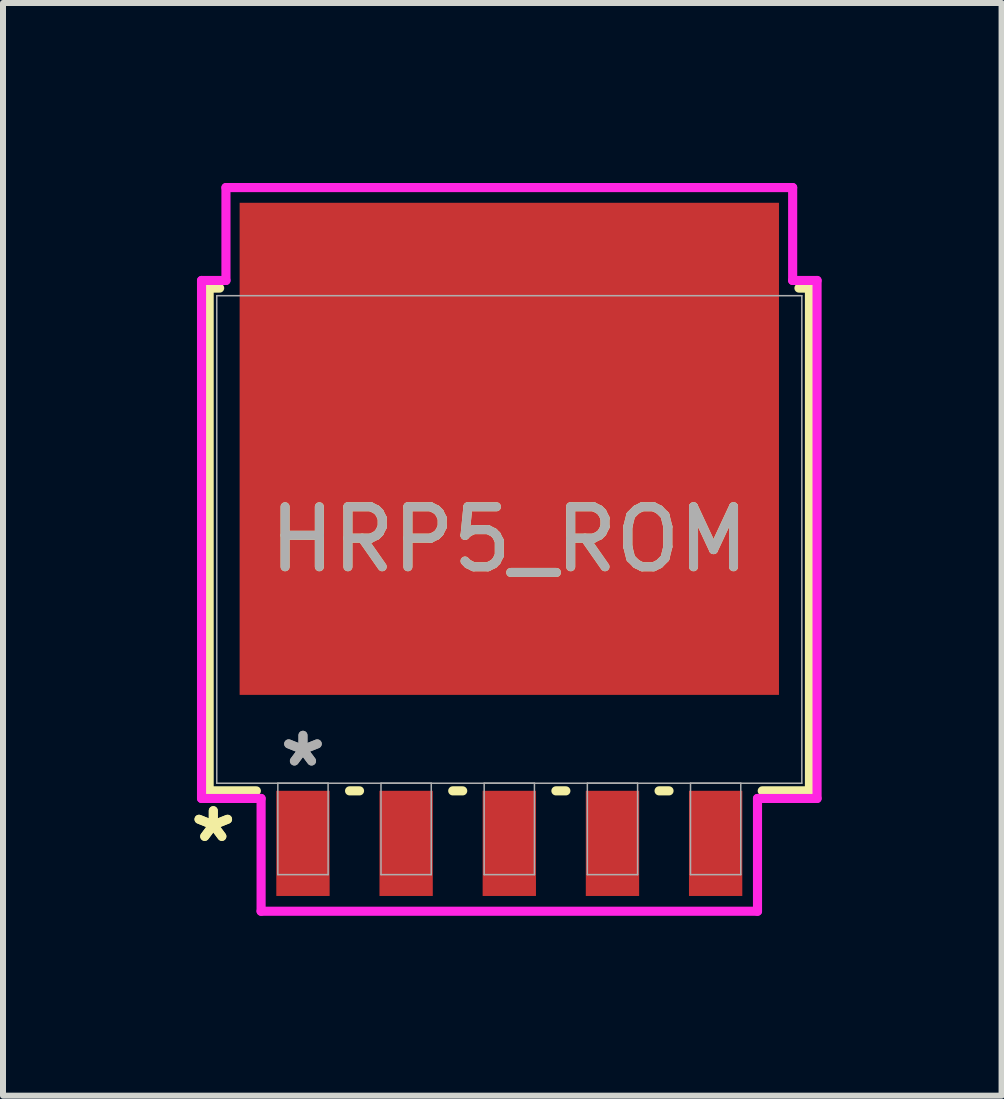
<source format=kicad_pcb>
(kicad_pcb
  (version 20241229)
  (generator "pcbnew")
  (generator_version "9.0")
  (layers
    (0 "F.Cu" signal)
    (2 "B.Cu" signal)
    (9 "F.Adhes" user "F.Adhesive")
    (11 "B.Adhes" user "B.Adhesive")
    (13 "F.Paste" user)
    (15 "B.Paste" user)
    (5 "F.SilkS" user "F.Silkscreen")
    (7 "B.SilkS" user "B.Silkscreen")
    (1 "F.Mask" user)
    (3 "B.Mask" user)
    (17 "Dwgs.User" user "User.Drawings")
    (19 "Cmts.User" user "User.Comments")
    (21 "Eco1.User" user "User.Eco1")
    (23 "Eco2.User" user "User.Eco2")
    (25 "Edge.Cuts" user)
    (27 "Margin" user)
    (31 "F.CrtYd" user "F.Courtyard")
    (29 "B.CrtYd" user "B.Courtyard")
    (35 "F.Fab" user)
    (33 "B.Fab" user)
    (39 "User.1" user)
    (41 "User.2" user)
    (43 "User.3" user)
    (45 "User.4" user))
  (footprint "HRP5_ROM"
    (layer "F.Cu")
    (at 5.441 5.944)
    (property "Reference" "HRP5_ROM" (at 0 0 0) (unlocked yes) (layer "F.SilkS") (effects (font (size 1 1) (thickness 0.15))))
    (attr smd)
    (fp_line (start -5.004 -4.191) (end -5.004 4.191) (stroke (width 0.152) (type solid)) (layer "F.SilkS"))
    (fp_line (start -5.004 4.191) (end -4.217 4.191) (stroke (width 0.152) (type solid)) (layer "F.SilkS"))
    (fp_line (start -4.829 -4.191) (end -5.004 -4.191) (stroke (width 0.152) (type solid)) (layer "F.SilkS"))
    (fp_line (start -2.663 4.191) (end -2.497 4.191) (stroke (width 0.152) (type solid)) (layer "F.SilkS"))
    (fp_line (start -0.943 4.191) (end -0.777 4.191) (stroke (width 0.152) (type solid)) (layer "F.SilkS"))
    (fp_line (start 0.777 4.191) (end 0.943 4.191) (stroke (width 0.152) (type solid)) (layer "F.SilkS"))
    (fp_line (start 2.497 4.191) (end 2.663 4.191) (stroke (width 0.152) (type solid)) (layer "F.SilkS"))
    (fp_line (start 4.217 4.191) (end 5.004 4.191) (stroke (width 0.152) (type solid)) (layer "F.SilkS"))
    (fp_line (start 5.004 -4.191) (end 4.829 -4.191) (stroke (width 0.152) (type solid)) (layer "F.SilkS"))
    (fp_line (start 5.004 4.191) (end 5.004 -4.191) (stroke (width 0.152) (type solid)) (layer "F.SilkS"))
    (fp_line (start -5.131 -4.318) (end -4.724 -4.318) (stroke (width 0.152) (type solid)) (layer "F.CrtYd"))
    (fp_line (start -5.131 4.318) (end -5.131 -4.318) (stroke (width 0.152) (type solid)) (layer "F.CrtYd"))
    (fp_line (start -4.724 -5.867) (end 4.724 -5.867) (stroke (width 0.152) (type solid)) (layer "F.CrtYd"))
    (fp_line (start -4.724 -4.318) (end -4.724 -5.867) (stroke (width 0.152) (type solid)) (layer "F.CrtYd"))
    (fp_line (start -4.138 4.318) (end -5.131 4.318) (stroke (width 0.152) (type solid)) (layer "F.CrtYd"))
    (fp_line (start -4.138 6.198) (end -4.138 4.318) (stroke (width 0.152) (type solid)) (layer "F.CrtYd"))
    (fp_line (start 4.138 4.318) (end 4.138 6.198) (stroke (width 0.152) (type solid)) (layer "F.CrtYd"))
    (fp_line (start 4.138 6.198) (end -4.138 6.198) (stroke (width 0.152) (type solid)) (layer "F.CrtYd"))
    (fp_line (start 4.724 -5.867) (end 4.724 -4.318) (stroke (width 0.152) (type solid)) (layer "F.CrtYd"))
    (fp_line (start 4.724 -4.318) (end 5.131 -4.318) (stroke (width 0.152) (type solid)) (layer "F.CrtYd"))
    (fp_line (start 5.131 -4.318) (end 5.131 4.318) (stroke (width 0.152) (type solid)) (layer "F.CrtYd"))
    (fp_line (start 5.131 4.318) (end 4.138 4.318) (stroke (width 0.152) (type solid)) (layer "F.CrtYd"))
    (fp_line (start -4.877 -4.064) (end -4.877 4.064) (stroke (width 0.025) (type solid)) (layer "F.Fab"))
    (fp_line (start -4.877 4.064) (end 4.877 4.064) (stroke (width 0.025) (type solid)) (layer "F.Fab"))
    (fp_line (start -3.859 4.064) (end -3.859 5.588) (stroke (width 0.025) (type solid)) (layer "F.Fab"))
    (fp_line (start -3.859 5.588) (end -3.021 5.588) (stroke (width 0.025) (type solid)) (layer "F.Fab"))
    (fp_line (start -3.021 4.064) (end -3.859 4.064) (stroke (width 0.025) (type solid)) (layer "F.Fab"))
    (fp_line (start -3.021 5.588) (end -3.021 4.064) (stroke (width 0.025) (type solid)) (layer "F.Fab"))
    (fp_line (start -2.139 4.064) (end -2.139 5.588) (stroke (width 0.025) (type solid)) (layer "F.Fab"))
    (fp_line (start -2.139 5.588) (end -1.301 5.588) (stroke (width 0.025) (type solid)) (layer "F.Fab"))
    (fp_line (start -1.301 4.064) (end -2.139 4.064) (stroke (width 0.025) (type solid)) (layer "F.Fab"))
    (fp_line (start -1.301 5.588) (end -1.301 4.064) (stroke (width 0.025) (type solid)) (layer "F.Fab"))
    (fp_line (start -0.419 4.064) (end -0.419 5.588) (stroke (width 0.025) (type solid)) (layer "F.Fab"))
    (fp_line (start -0.419 5.588) (end 0.419 5.588) (stroke (width 0.025) (type solid)) (layer "F.Fab"))
    (fp_line (start 0.419 4.064) (end -0.419 4.064) (stroke (width 0.025) (type solid)) (layer "F.Fab"))
    (fp_line (start 0.419 5.588) (end 0.419 4.064) (stroke (width 0.025) (type solid)) (layer "F.Fab"))
    (fp_line (start 1.301 4.064) (end 1.301 5.588) (stroke (width 0.025) (type solid)) (layer "F.Fab"))
    (fp_line (start 1.301 5.588) (end 2.139 5.588) (stroke (width 0.025) (type solid)) (layer "F.Fab"))
    (fp_line (start 2.139 4.064) (end 1.301 4.064) (stroke (width 0.025) (type solid)) (layer "F.Fab"))
    (fp_line (start 2.139 5.588) (end 2.139 4.064) (stroke (width 0.025) (type solid)) (layer "F.Fab"))
    (fp_line (start 3.021 4.064) (end 3.021 5.588) (stroke (width 0.025) (type solid)) (layer "F.Fab"))
    (fp_line (start 3.021 5.588) (end 3.859 5.588) (stroke (width 0.025) (type solid)) (layer "F.Fab"))
    (fp_line (start 3.859 4.064) (end 3.021 4.064) (stroke (width 0.025) (type solid)) (layer "F.Fab"))
    (fp_line (start 3.859 5.588) (end 3.859 4.064) (stroke (width 0.025) (type solid)) (layer "F.Fab"))
    (fp_line (start 4.877 -4.064) (end -4.877 -4.064) (stroke (width 0.025) (type solid)) (layer "F.Fab"))
    (fp_line (start 4.877 4.064) (end 4.877 -4.064) (stroke (width 0.025) (type solid)) (layer "F.Fab"))
    (fp_text user "*" (at -4.935 5.067 0) (layer "F.SilkS") (effects (font (size 1 1) (thickness 0.15))))
    (fp_text user "*" (at -4.935 5.067 0) (unlocked yes) (layer "F.SilkS") (effects (font (size 1 1) (thickness 0.15))))
    (fp_text user "*" (at -3.44 3.81 0) (layer "F.Fab") (effects (font (size 1 1) (thickness 0.15))))
    (fp_text user "${REFERENCE}" (at 0 0 0) (unlocked yes) (layer "F.Fab") (effects (font (size 1 1) (thickness 0.15))))
    (fp_text user "*" (at -3.44 3.81 0) (unlocked yes) (layer "F.Fab") (effects (font (size 1 1) (thickness 0.15))))
    (pad "1" smd rect (at -3.44 5.067) (size 0.889 1.753) (layers "F.Cu" "F.Mask" "F.Paste"))
    (pad "2" smd rect (at -1.72 5.067) (size 0.889 1.753) (layers "F.Cu" "F.Mask" "F.Paste"))
    (pad "3" smd rect (at 0 5.067) (size 0.889 1.753) (layers "F.Cu" "F.Mask" "F.Paste"))
    (pad "4" smd rect (at 1.72 5.067) (size 0.889 1.753) (layers "F.Cu" "F.Mask" "F.Paste"))
    (pad "5" smd rect (at 3.44 5.067) (size 0.889 1.753) (layers "F.Cu" "F.Mask" "F.Paste"))
    (pad "6" smd rect (at 0 -1.511) (size 8.992 8.204) (layers "F.Cu" "F.Mask" "F.Paste")))
  (gr_rect
    (start -3 -3)
    (end 13.648 15.217)
    (stroke (width 0.1) (type default))
    (fill no)
    (layer "Edge.Cuts")))
</source>
